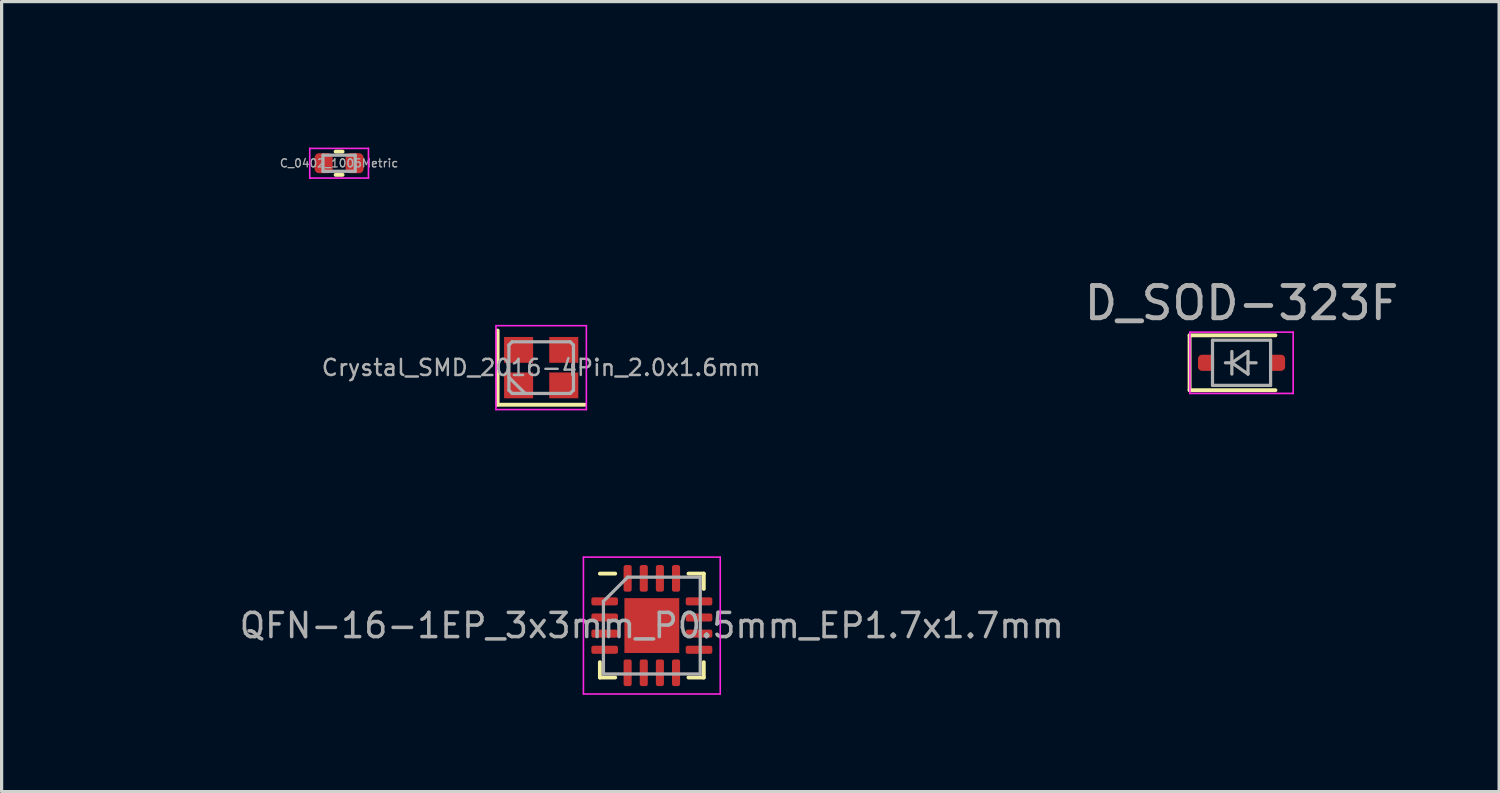
<source format=kicad_pcb>
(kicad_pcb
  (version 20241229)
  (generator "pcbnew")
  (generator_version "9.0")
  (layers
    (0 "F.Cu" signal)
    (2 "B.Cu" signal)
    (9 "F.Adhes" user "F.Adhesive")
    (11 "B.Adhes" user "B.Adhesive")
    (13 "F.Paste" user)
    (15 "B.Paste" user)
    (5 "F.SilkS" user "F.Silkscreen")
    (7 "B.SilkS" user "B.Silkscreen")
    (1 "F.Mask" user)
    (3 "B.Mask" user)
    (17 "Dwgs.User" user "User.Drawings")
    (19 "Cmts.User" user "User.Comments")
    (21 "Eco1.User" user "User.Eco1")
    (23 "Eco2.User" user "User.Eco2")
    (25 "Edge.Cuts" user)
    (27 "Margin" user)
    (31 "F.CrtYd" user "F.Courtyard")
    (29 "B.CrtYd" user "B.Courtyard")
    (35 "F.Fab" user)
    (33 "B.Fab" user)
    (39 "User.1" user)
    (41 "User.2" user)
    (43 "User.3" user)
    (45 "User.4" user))
  (footprint "C_0402_1005Metric"
    (layer "F.Cu")
    (at 7.458 2.008)
    (property "Reference" "C_0402_1005Metric" (at 0 -1.16 0) (layer "Eco2.User") (effects (font (size 1 1) (thickness 0.15))))
    (attr smd)
    (fp_line (start -0.108 -0.36) (end 0.108 -0.36) (stroke (width 0.12) (type solid)) (layer "F.SilkS"))
    (fp_line (start -0.108 0.36) (end 0.108 0.36) (stroke (width 0.12) (type solid)) (layer "F.SilkS"))
    (fp_line (start -0.91 -0.46) (end 0.91 -0.46) (stroke (width 0.05) (type solid)) (layer "F.CrtYd"))
    (fp_line (start -0.91 0.46) (end -0.91 -0.46) (stroke (width 0.05) (type solid)) (layer "F.CrtYd"))
    (fp_line (start 0.91 -0.46) (end 0.91 0.46) (stroke (width 0.05) (type solid)) (layer "F.CrtYd"))
    (fp_line (start 0.91 0.46) (end -0.91 0.46) (stroke (width 0.05) (type solid)) (layer "F.CrtYd"))
    (fp_line (start -0.5 -0.25) (end 0.5 -0.25) (stroke (width 0.1) (type solid)) (layer "F.Fab"))
    (fp_line (start -0.5 0.25) (end -0.5 -0.25) (stroke (width 0.1) (type solid)) (layer "F.Fab"))
    (fp_line (start 0.5 -0.25) (end 0.5 0.25) (stroke (width 0.1) (type solid)) (layer "F.Fab"))
    (fp_line (start 0.5 0.25) (end -0.5 0.25) (stroke (width 0.1) (type solid)) (layer "F.Fab"))
    (fp_text user "${REFERENCE}" (at 0 0 0) (layer "F.Fab") (effects (font (size 0.25 0.25) (thickness 0.04))))
    (pad "1" smd roundrect (at -0.48 0) (size 0.56 0.62) (layers "F.Cu" "F.Mask" "F.Paste") (roundrect_rratio 0.25))
    (pad "2" smd roundrect (at 0.48 0) (size 0.56 0.62) (layers "F.Cu" "F.Mask" "F.Paste") (roundrect_rratio 0.25)))
  (footprint "QFN-16-1EP_3x3mm_P0.5mm_EP1.7x1.7mm"
    (layer "F.Cu")
    (at 17.149 16.335)
    (property "Reference" "QFN-16-1EP_3x3mm_P0.5mm_EP1.7x1.7mm" (at 0 -2.82 180) (layer "Eco2.User") (effects (font (size 1 1) (thickness 0.15))))
    (attr smd)
    (fp_line (start -1.61 1.61) (end -1.61 1.135) (stroke (width 0.12) (type solid)) (layer "F.SilkS"))
    (fp_line (start -1.135 -1.61) (end -1.61 -1.61) (stroke (width 0.12) (type solid)) (layer "F.SilkS"))
    (fp_line (start -1.135 1.61) (end -1.61 1.61) (stroke (width 0.12) (type solid)) (layer "F.SilkS"))
    (fp_line (start 1.135 -1.61) (end 1.61 -1.61) (stroke (width 0.12) (type solid)) (layer "F.SilkS"))
    (fp_line (start 1.135 1.61) (end 1.61 1.61) (stroke (width 0.12) (type solid)) (layer "F.SilkS"))
    (fp_line (start 1.61 -1.61) (end 1.61 -1.135) (stroke (width 0.12) (type solid)) (layer "F.SilkS"))
    (fp_line (start 1.61 1.61) (end 1.61 1.135) (stroke (width 0.12) (type solid)) (layer "F.SilkS"))
    (fp_line (start -2.12 -2.12) (end -2.12 2.12) (stroke (width 0.05) (type solid)) (layer "F.CrtYd"))
    (fp_line (start -2.12 2.12) (end 2.12 2.12) (stroke (width 0.05) (type solid)) (layer "F.CrtYd"))
    (fp_line (start 2.12 -2.12) (end -2.12 -2.12) (stroke (width 0.05) (type solid)) (layer "F.CrtYd"))
    (fp_line (start 2.12 2.12) (end 2.12 -2.12) (stroke (width 0.05) (type solid)) (layer "F.CrtYd"))
    (fp_line (start -1.5 -0.75) (end -0.75 -1.5) (stroke (width 0.1) (type solid)) (layer "F.Fab"))
    (fp_line (start -1.5 1.5) (end -1.5 -0.75) (stroke (width 0.1) (type solid)) (layer "F.Fab"))
    (fp_line (start -0.75 -1.5) (end 1.5 -1.5) (stroke (width 0.1) (type solid)) (layer "F.Fab"))
    (fp_line (start 1.5 -1.5) (end 1.5 1.5) (stroke (width 0.1) (type solid)) (layer "F.Fab"))
    (fp_line (start 1.5 1.5) (end -1.5 1.5) (stroke (width 0.1) (type solid)) (layer "F.Fab"))
    (fp_text user "${REFERENCE}" (at 0 0 180) (layer "F.Fab") (effects (font (size 0.75 0.75) (thickness 0.11))))
    (pad "" smd roundrect (at -0.425 -0.425) (size 0.69 0.69) (layers "F.Paste") (roundrect_rratio 0.25))
    (pad "" smd roundrect (at -0.425 0.425) (size 0.69 0.69) (layers "F.Paste") (roundrect_rratio 0.25))
    (pad "" smd roundrect (at 0.425 -0.425) (size 0.69 0.69) (layers "F.Paste") (roundrect_rratio 0.25))
    (pad "" smd roundrect (at 0.425 0.425) (size 0.69 0.69) (layers "F.Paste") (roundrect_rratio 0.25))
    (pad "1" smd roundrect (at -1.462 -0.75) (size 0.825 0.25) (layers "F.Cu" "F.Mask" "F.Paste") (roundrect_rratio 0.25))
    (pad "2" smd roundrect (at -1.462 -0.25) (size 0.825 0.25) (layers "F.Cu" "F.Mask" "F.Paste") (roundrect_rratio 0.25))
    (pad "3" smd roundrect (at -1.462 0.25) (size 0.825 0.25) (layers "F.Cu" "F.Mask" "F.Paste") (roundrect_rratio 0.25))
    (pad "4" smd roundrect (at -1.462 0.75) (size 0.825 0.25) (layers "F.Cu" "F.Mask" "F.Paste") (roundrect_rratio 0.25))
    (pad "5" smd roundrect (at -0.75 1.462) (size 0.25 0.825) (layers "F.Cu" "F.Mask" "F.Paste") (roundrect_rratio 0.25))
    (pad "6" smd roundrect (at -0.25 1.462) (size 0.25 0.825) (layers "F.Cu" "F.Mask" "F.Paste") (roundrect_rratio 0.25))
    (pad "7" smd roundrect (at 0.25 1.462) (size 0.25 0.825) (layers "F.Cu" "F.Mask" "F.Paste") (roundrect_rratio 0.25))
    (pad "8" smd roundrect (at 0.75 1.462) (size 0.25 0.825) (layers "F.Cu" "F.Mask" "F.Paste") (roundrect_rratio 0.25))
    (pad "9" smd roundrect (at 1.462 0.75) (size 0.825 0.25) (layers "F.Cu" "F.Mask" "F.Paste") (roundrect_rratio 0.25))
    (pad "10" smd roundrect (at 1.462 0.25) (size 0.825 0.25) (layers "F.Cu" "F.Mask" "F.Paste") (roundrect_rratio 0.25))
    (pad "11" smd roundrect (at 1.462 -0.25) (size 0.825 0.25) (layers "F.Cu" "F.Mask" "F.Paste") (roundrect_rratio 0.25))
    (pad "12" smd roundrect (at 1.462 -0.75) (size 0.825 0.25) (layers "F.Cu" "F.Mask" "F.Paste") (roundrect_rratio 0.25))
    (pad "13" smd roundrect (at 0.75 -1.462) (size 0.25 0.825) (layers "F.Cu" "F.Mask" "F.Paste") (roundrect_rratio 0.25))
    (pad "14" smd roundrect (at 0.25 -1.462) (size 0.25 0.825) (layers "F.Cu" "F.Mask" "F.Paste") (roundrect_rratio 0.25))
    (pad "15" smd roundrect (at -0.25 -1.462) (size 0.25 0.825) (layers "F.Cu" "F.Mask" "F.Paste") (roundrect_rratio 0.25))
    (pad "16" smd roundrect (at -0.75 -1.462) (size 0.25 0.825) (layers "F.Cu" "F.Mask" "F.Paste") (roundrect_rratio 0.25))
    (pad "17" smd rect (at 0 0) (size 1.7 1.7) (layers "F.Cu" "F.Mask")))
  (footprint "Crystal_SMD_2016-4Pin_2.0x1.6mm"
    (layer "F.Cu")
    (at 13.72 8.342)
    (property "Reference" "Crystal_SMD_2016-4Pin_2.0x1.6mm" (at 0 -2 180) (layer "Eco2.User") (effects (font (size 1 1) (thickness 0.15))))
    (attr smd)
    (fp_line (start -1.35 -1.15) (end -1.35 1.15) (stroke (width 0.12) (type solid)) (layer "F.SilkS"))
    (fp_line (start -1.35 1.15) (end 1.35 1.15) (stroke (width 0.12) (type solid)) (layer "F.SilkS"))
    (fp_line (start -1.4 -1.3) (end -1.4 1.3) (stroke (width 0.05) (type solid)) (layer "F.CrtYd"))
    (fp_line (start -1.4 1.3) (end 1.4 1.3) (stroke (width 0.05) (type solid)) (layer "F.CrtYd"))
    (fp_line (start 1.4 -1.3) (end -1.4 -1.3) (stroke (width 0.05) (type solid)) (layer "F.CrtYd"))
    (fp_line (start 1.4 1.3) (end 1.4 -1.3) (stroke (width 0.05) (type solid)) (layer "F.CrtYd"))
    (fp_line (start -1 -0.7) (end -0.9 -0.8) (stroke (width 0.1) (type solid)) (layer "F.Fab"))
    (fp_line (start -1 0.3) (end -0.5 0.8) (stroke (width 0.1) (type solid)) (layer "F.Fab"))
    (fp_line (start -1 0.7) (end -1 -0.7) (stroke (width 0.1) (type solid)) (layer "F.Fab"))
    (fp_line (start -0.9 -0.8) (end 0.9 -0.8) (stroke (width 0.1) (type solid)) (layer "F.Fab"))
    (fp_line (start -0.9 0.8) (end -1 0.7) (stroke (width 0.1) (type solid)) (layer "F.Fab"))
    (fp_line (start 0.9 -0.8) (end 1 -0.7) (stroke (width 0.1) (type solid)) (layer "F.Fab"))
    (fp_line (start 0.9 0.8) (end -0.9 0.8) (stroke (width 0.1) (type solid)) (layer "F.Fab"))
    (fp_line (start 1 -0.7) (end 1 0.7) (stroke (width 0.1) (type solid)) (layer "F.Fab"))
    (fp_line (start 1 0.7) (end 0.9 0.8) (stroke (width 0.1) (type solid)) (layer "F.Fab"))
    (fp_text user "${REFERENCE}" (at 0 0 180) (layer "F.Fab") (effects (font (size 0.5 0.5) (thickness 0.075))))
    (pad "1" smd rect (at -0.7 0.55) (size 0.9 0.8) (layers "F.Cu" "F.Mask" "F.Paste"))
    (pad "2" smd rect (at 0.7 0.55) (size 0.9 0.8) (layers "F.Cu" "F.Mask" "F.Paste"))
    (pad "3" smd rect (at 0.7 -0.55) (size 0.9 0.8) (layers "F.Cu" "F.Mask" "F.Paste"))
    (pad "4" smd rect (at -0.7 -0.55) (size 0.9 0.8) (layers "F.Cu" "F.Mask" "F.Paste")))
  (footprint "D_SOD-323F"
    (layer "F.Cu")
    (at 35.423 8.192)
    (property "Reference" "D_SOD-323F" (at 0 -1.85 0) (layer "Eco2.User") (effects (font (size 1 1) (thickness 0.15))))
    (attr smd)
    (fp_line (start -1.61 -0.85) (end -1.61 0.85) (stroke (width 0.12) (type solid)) (layer "F.SilkS"))
    (fp_line (start -1.61 -0.85) (end 1.05 -0.85) (stroke (width 0.12) (type solid)) (layer "F.SilkS"))
    (fp_line (start -1.61 0.85) (end 1.05 0.85) (stroke (width 0.12) (type solid)) (layer "F.SilkS"))
    (fp_line (start -1.6 -0.95) (end -1.6 0.95) (stroke (width 0.05) (type solid)) (layer "F.CrtYd"))
    (fp_line (start -1.6 -0.95) (end 1.6 -0.95) (stroke (width 0.05) (type solid)) (layer "F.CrtYd"))
    (fp_line (start -1.6 0.95) (end 1.6 0.95) (stroke (width 0.05) (type solid)) (layer "F.CrtYd"))
    (fp_line (start 1.6 -0.95) (end 1.6 0.95) (stroke (width 0.05) (type solid)) (layer "F.CrtYd"))
    (fp_line (start -0.9 -0.7) (end 0.9 -0.7) (stroke (width 0.1) (type solid)) (layer "F.Fab"))
    (fp_line (start -0.9 0.7) (end -0.9 -0.7) (stroke (width 0.1) (type solid)) (layer "F.Fab"))
    (fp_line (start -0.3 -0.35) (end -0.3 0.35) (stroke (width 0.1) (type solid)) (layer "F.Fab"))
    (fp_line (start -0.3 0) (end -0.5 0) (stroke (width 0.1) (type solid)) (layer "F.Fab"))
    (fp_line (start -0.3 0) (end 0.2 -0.35) (stroke (width 0.1) (type solid)) (layer "F.Fab"))
    (fp_line (start 0.2 0) (end 0.45 0) (stroke (width 0.1) (type solid)) (layer "F.Fab"))
    (fp_line (start 0.2 -0.35) (end 0.2 0.35) (stroke (width 0.1) (type solid)) (layer "F.Fab"))
    (fp_line (start 0.2 0.35) (end -0.3 0) (stroke (width 0.1) (type solid)) (layer "F.Fab"))
    (fp_line (start 0.9 -0.7) (end 0.9 0.7) (stroke (width 0.1) (type solid)) (layer "F.Fab"))
    (fp_line (start 0.9 0.7) (end -0.9 0.7) (stroke (width 0.1) (type solid)) (layer "F.Fab"))
    (fp_text user "${REFERENCE}" (at 0 -1.85 0) (layer "F.Fab") (effects (font (size 1 1) (thickness 0.15))))
    (pad "1" smd roundrect (at -1.1 0) (size 0.5 0.5) (layers "F.Cu" "F.Mask" "F.Paste") (roundrect_rratio 0.25))
    (pad "2" smd roundrect (at 1.1 0) (size 0.5 0.5) (layers "F.Cu" "F.Mask" "F.Paste") (roundrect_rratio 0.25)))
  (gr_rect
    (start -3 -3)
    (end 43.405 21.48)
    (stroke (width 0.1) (type default))
    (fill no)
    (layer "Edge.Cuts")))
</source>
